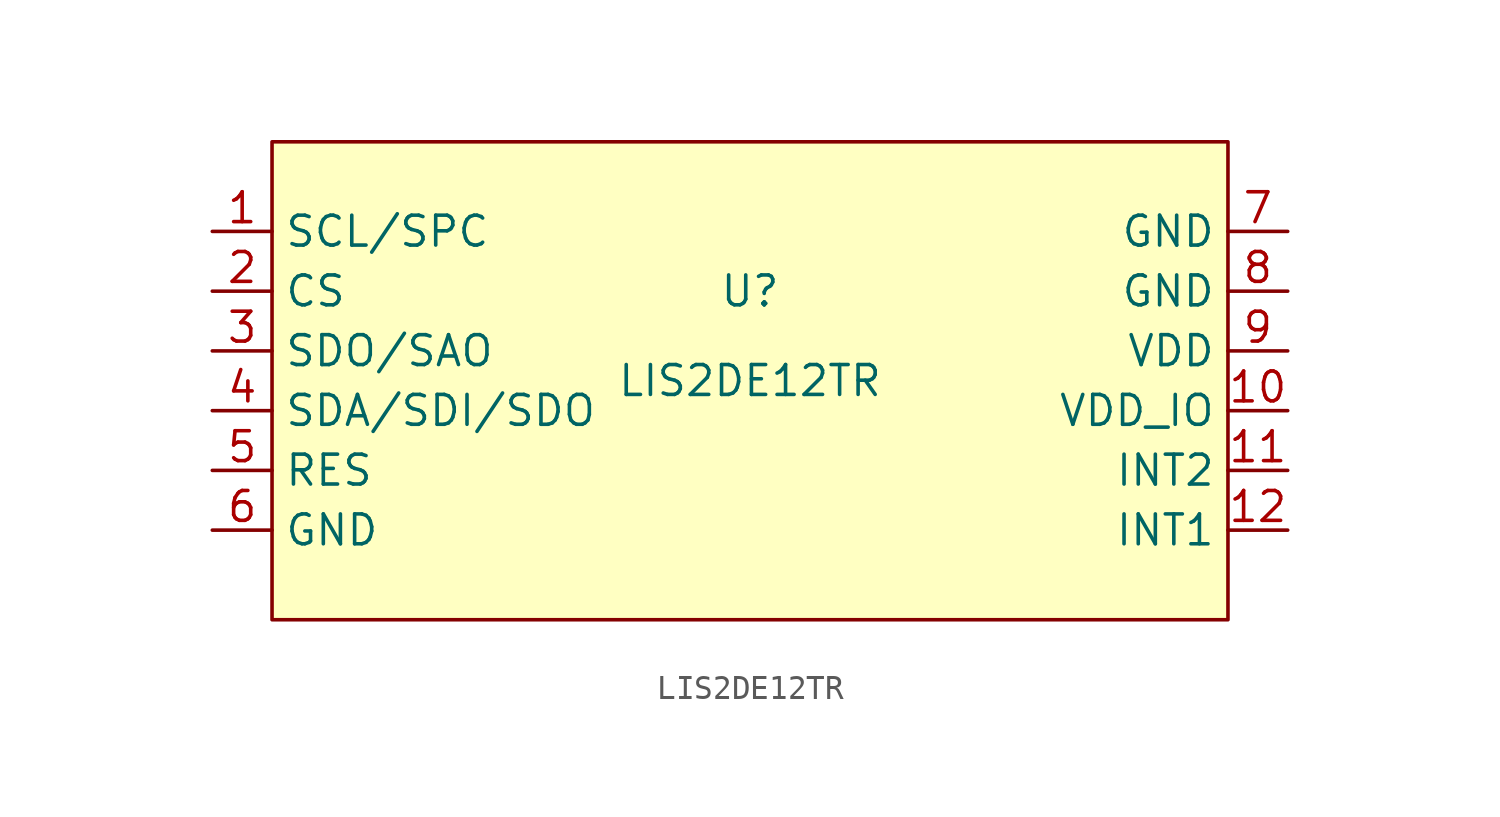
<source format=kicad_sym>
(kicad_symbol_lib
  (version 20211014)
  (generator kicad_symbol_editor)
  (symbol "LIS2DE12TR"
    (property "Reference" "U"
      (at 0 2.54 0)
      (effects (font (size 1.27 1.27))))
    (property "Value" "LIS2DE12TR"
      (at 0 -1.27 0)
      (effects (font (size 1.27 1.27))))
    (symbol "LIS2DE12TR_0_1"
      (rectangle (start -20.32 8.89) (end 20.32 -11.43) (stroke (width 0) (type default) (color 0 0 0 0)) (fill (type background))))
    (symbol "LIS2DE12TR_1_1"
      (pin input line (at -22.86 5.08 0) (length 2.54) (name "SCL/SPC" (effects (font (size 1.27 1.27)))) (number "1" (effects (font (size 1.27 1.27)))))
      (pin power_in line (at 22.86 -2.54 180) (length 2.54) (name "VDD_IO" (effects (font (size 1.27 1.27)))) (number "10" (effects (font (size 1.27 1.27)))))
      (pin output line (at 22.86 -5.08 180) (length 2.54) (name "INT2" (effects (font (size 1.27 1.27)))) (number "11" (effects (font (size 1.27 1.27)))))
      (pin output line (at 22.86 -7.62 180) (length 2.54) (name "INT1" (effects (font (size 1.27 1.27)))) (number "12" (effects (font (size 1.27 1.27)))))
      (pin input line (at -22.86 2.54 0) (length 2.54) (name "CS" (effects (font (size 1.27 1.27)))) (number "2" (effects (font (size 1.27 1.27)))))
      (pin bidirectional line (at -22.86 0 0) (length 2.54) (name "SDO/SAO" (effects (font (size 1.27 1.27)))) (number "3" (effects (font (size 1.27 1.27)))))
      (pin bidirectional line (at -22.86 -2.54 0) (length 2.54) (name "SDA/SDI/SDO" (effects (font (size 1.27 1.27)))) (number "4" (effects (font (size 1.27 1.27)))))
      (pin passive line (at -22.86 -5.08 0) (length 2.54) (name "RES" (effects (font (size 1.27 1.27)))) (number "5" (effects (font (size 1.27 1.27)))))
      (pin power_in line (at -22.86 -7.62 0) (length 2.54) (name "GND" (effects (font (size 1.27 1.27)))) (number "6" (effects (font (size 1.27 1.27)))))
      (pin power_in line (at 22.86 5.08 180) (length 2.54) (name "GND" (effects (font (size 1.27 1.27)))) (number "7" (effects (font (size 1.27 1.27)))))
      (pin power_in line (at 22.86 2.54 180) (length 2.54) (name "GND" (effects (font (size 1.27 1.27)))) (number "8" (effects (font (size 1.27 1.27)))))
      (pin power_in line (at 22.86 0 180) (length 2.54) (name "VDD" (effects (font (size 1.27 1.27)))) (number "9" (effects (font (size 1.27 1.27))))))))
</source>
